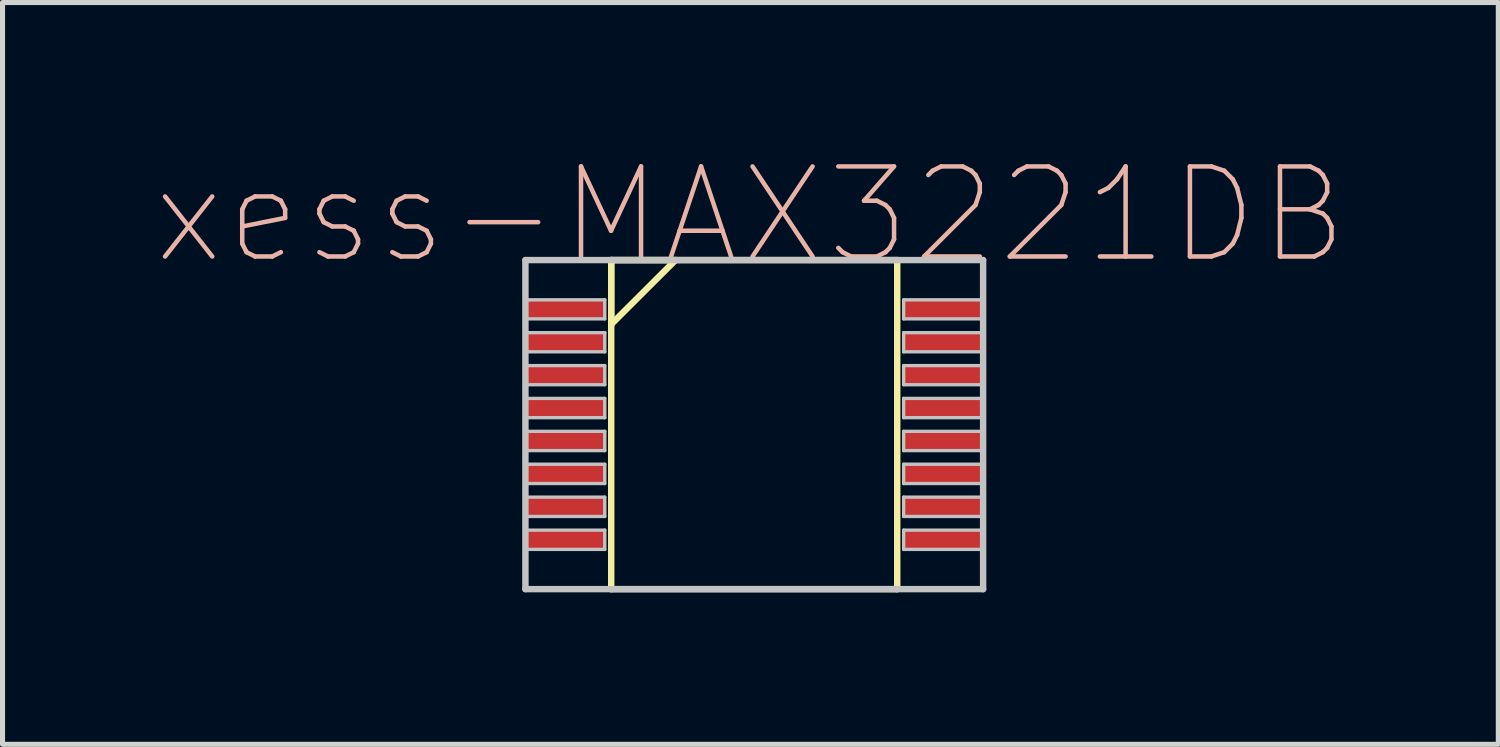
<source format=kicad_pcb>
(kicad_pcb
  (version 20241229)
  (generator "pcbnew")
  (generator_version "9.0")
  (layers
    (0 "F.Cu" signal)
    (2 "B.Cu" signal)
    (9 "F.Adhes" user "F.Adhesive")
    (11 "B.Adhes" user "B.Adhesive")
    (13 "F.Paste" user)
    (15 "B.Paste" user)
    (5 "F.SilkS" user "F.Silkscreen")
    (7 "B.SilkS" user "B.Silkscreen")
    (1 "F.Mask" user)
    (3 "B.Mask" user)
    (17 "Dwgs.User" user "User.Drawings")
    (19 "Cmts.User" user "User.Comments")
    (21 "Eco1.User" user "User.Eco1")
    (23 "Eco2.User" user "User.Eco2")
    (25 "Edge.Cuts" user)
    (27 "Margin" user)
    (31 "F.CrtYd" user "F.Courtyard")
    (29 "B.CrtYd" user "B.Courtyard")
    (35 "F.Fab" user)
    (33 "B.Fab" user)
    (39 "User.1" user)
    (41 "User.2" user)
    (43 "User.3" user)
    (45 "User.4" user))
  (footprint "xess-MAX3221DB"
    (layer "F.Cu")
    (at 8.218 3.058)
    (property "Reference" "xess-MAX3221DB" (at 3.548 -1.862 0) (layer "B.SilkS") (effects (font (size 1.778 1.778) (thickness 0.089))))
    (attr smd)
    (fp_line (start 0.8 -0.973) (end 0.8 0.295) (stroke (width 0.127) (type solid)) (layer "F.SilkS"))
    (fp_line (start 0.8 -0.973) (end 0.8 5.524) (stroke (width 0.127) (type solid)) (layer "F.SilkS"))
    (fp_line (start 0.8 0.295) (end 2.07 -0.973) (stroke (width 0.127) (type solid)) (layer "F.SilkS"))
    (fp_line (start 0.8 5.524) (end 6.447 5.524) (stroke (width 0.127) (type solid)) (layer "F.SilkS"))
    (fp_line (start 2.07 -0.973) (end 0.8 -0.973) (stroke (width 0.127) (type solid)) (layer "F.SilkS"))
    (fp_line (start 6.447 -0.973) (end 0.8 -0.973) (stroke (width 0.127) (type solid)) (layer "F.SilkS"))
    (fp_line (start 6.447 5.524) (end 6.447 -0.973) (stroke (width 0.127) (type solid)) (layer "F.SilkS"))
    (fp_line (start -0.894 -0.973) (end -0.894 5.524) (stroke (width 0.127) (type solid)) (layer "Dwgs.User"))
    (fp_line (start -0.894 -0.188) (end 0.673 -0.188) (stroke (width 0.066) (type solid)) (layer "Dwgs.User"))
    (fp_line (start -0.894 0.188) (end -0.894 -0.188) (stroke (width 0.066) (type solid)) (layer "Dwgs.User"))
    (fp_line (start -0.894 0.188) (end 0.673 0.188) (stroke (width 0.066) (type solid)) (layer "Dwgs.User"))
    (fp_line (start -0.894 0.46) (end 0.673 0.46) (stroke (width 0.066) (type solid)) (layer "Dwgs.User"))
    (fp_line (start -0.894 0.838) (end -0.894 0.46) (stroke (width 0.066) (type solid)) (layer "Dwgs.User"))
    (fp_line (start -0.894 0.838) (end 0.673 0.838) (stroke (width 0.066) (type solid)) (layer "Dwgs.User"))
    (fp_line (start -0.894 1.11) (end 0.673 1.11) (stroke (width 0.066) (type solid)) (layer "Dwgs.User"))
    (fp_line (start -0.894 1.488) (end -0.894 1.11) (stroke (width 0.066) (type solid)) (layer "Dwgs.User"))
    (fp_line (start -0.894 1.488) (end 0.673 1.488) (stroke (width 0.066) (type solid)) (layer "Dwgs.User"))
    (fp_line (start -0.894 1.758) (end 0.673 1.758) (stroke (width 0.066) (type solid)) (layer "Dwgs.User"))
    (fp_line (start -0.894 2.139) (end -0.894 1.758) (stroke (width 0.066) (type solid)) (layer "Dwgs.User"))
    (fp_line (start -0.894 2.139) (end 0.673 2.139) (stroke (width 0.066) (type solid)) (layer "Dwgs.User"))
    (fp_line (start -0.894 2.408) (end 0.673 2.408) (stroke (width 0.066) (type solid)) (layer "Dwgs.User"))
    (fp_line (start -0.894 2.789) (end -0.894 2.408) (stroke (width 0.066) (type solid)) (layer "Dwgs.User"))
    (fp_line (start -0.894 2.789) (end 0.673 2.789) (stroke (width 0.066) (type solid)) (layer "Dwgs.User"))
    (fp_line (start -0.894 3.058) (end 0.673 3.058) (stroke (width 0.066) (type solid)) (layer "Dwgs.User"))
    (fp_line (start -0.894 3.439) (end -0.894 3.058) (stroke (width 0.066) (type solid)) (layer "Dwgs.User"))
    (fp_line (start -0.894 3.439) (end 0.673 3.439) (stroke (width 0.066) (type solid)) (layer "Dwgs.User"))
    (fp_line (start -0.894 3.708) (end 0.673 3.708) (stroke (width 0.066) (type solid)) (layer "Dwgs.User"))
    (fp_line (start -0.894 4.089) (end -0.894 3.708) (stroke (width 0.066) (type solid)) (layer "Dwgs.User"))
    (fp_line (start -0.894 4.089) (end 0.673 4.089) (stroke (width 0.066) (type solid)) (layer "Dwgs.User"))
    (fp_line (start -0.894 4.359) (end 0.673 4.359) (stroke (width 0.066) (type solid)) (layer "Dwgs.User"))
    (fp_line (start -0.894 4.74) (end -0.894 4.359) (stroke (width 0.066) (type solid)) (layer "Dwgs.User"))
    (fp_line (start -0.894 4.74) (end 0.673 4.74) (stroke (width 0.066) (type solid)) (layer "Dwgs.User"))
    (fp_line (start -0.894 5.524) (end 8.143 5.524) (stroke (width 0.127) (type solid)) (layer "Dwgs.User"))
    (fp_line (start 0.673 0.188) (end 0.673 -0.188) (stroke (width 0.066) (type solid)) (layer "Dwgs.User"))
    (fp_line (start 0.673 0.838) (end 0.673 0.46) (stroke (width 0.066) (type solid)) (layer "Dwgs.User"))
    (fp_line (start 0.673 1.488) (end 0.673 1.11) (stroke (width 0.066) (type solid)) (layer "Dwgs.User"))
    (fp_line (start 0.673 2.139) (end 0.673 1.758) (stroke (width 0.066) (type solid)) (layer "Dwgs.User"))
    (fp_line (start 0.673 2.789) (end 0.673 2.408) (stroke (width 0.066) (type solid)) (layer "Dwgs.User"))
    (fp_line (start 0.673 3.439) (end 0.673 3.058) (stroke (width 0.066) (type solid)) (layer "Dwgs.User"))
    (fp_line (start 0.673 4.089) (end 0.673 3.708) (stroke (width 0.066) (type solid)) (layer "Dwgs.User"))
    (fp_line (start 0.673 4.74) (end 0.673 4.359) (stroke (width 0.066) (type solid)) (layer "Dwgs.User"))
    (fp_line (start 6.574 -0.188) (end 8.143 -0.188) (stroke (width 0.066) (type solid)) (layer "Dwgs.User"))
    (fp_line (start 6.574 0.188) (end 6.574 -0.188) (stroke (width 0.066) (type solid)) (layer "Dwgs.User"))
    (fp_line (start 6.574 0.188) (end 8.143 0.188) (stroke (width 0.066) (type solid)) (layer "Dwgs.User"))
    (fp_line (start 6.574 0.46) (end 8.143 0.46) (stroke (width 0.066) (type solid)) (layer "Dwgs.User"))
    (fp_line (start 6.574 0.838) (end 6.574 0.46) (stroke (width 0.066) (type solid)) (layer "Dwgs.User"))
    (fp_line (start 6.574 0.838) (end 8.143 0.838) (stroke (width 0.066) (type solid)) (layer "Dwgs.User"))
    (fp_line (start 6.574 1.11) (end 8.143 1.11) (stroke (width 0.066) (type solid)) (layer "Dwgs.User"))
    (fp_line (start 6.574 1.488) (end 6.574 1.11) (stroke (width 0.066) (type solid)) (layer "Dwgs.User"))
    (fp_line (start 6.574 1.488) (end 8.143 1.488) (stroke (width 0.066) (type solid)) (layer "Dwgs.User"))
    (fp_line (start 6.574 1.758) (end 8.143 1.758) (stroke (width 0.066) (type solid)) (layer "Dwgs.User"))
    (fp_line (start 6.574 2.139) (end 6.574 1.758) (stroke (width 0.066) (type solid)) (layer "Dwgs.User"))
    (fp_line (start 6.574 2.139) (end 8.143 2.139) (stroke (width 0.066) (type solid)) (layer "Dwgs.User"))
    (fp_line (start 6.574 2.408) (end 8.143 2.408) (stroke (width 0.066) (type solid)) (layer "Dwgs.User"))
    (fp_line (start 6.574 2.789) (end 6.574 2.408) (stroke (width 0.066) (type solid)) (layer "Dwgs.User"))
    (fp_line (start 6.574 2.789) (end 8.143 2.789) (stroke (width 0.066) (type solid)) (layer "Dwgs.User"))
    (fp_line (start 6.574 3.058) (end 8.143 3.058) (stroke (width 0.066) (type solid)) (layer "Dwgs.User"))
    (fp_line (start 6.574 3.439) (end 6.574 3.058) (stroke (width 0.066) (type solid)) (layer "Dwgs.User"))
    (fp_line (start 6.574 3.439) (end 8.143 3.439) (stroke (width 0.066) (type solid)) (layer "Dwgs.User"))
    (fp_line (start 6.574 3.708) (end 8.143 3.708) (stroke (width 0.066) (type solid)) (layer "Dwgs.User"))
    (fp_line (start 6.574 4.089) (end 6.574 3.708) (stroke (width 0.066) (type solid)) (layer "Dwgs.User"))
    (fp_line (start 6.574 4.089) (end 8.143 4.089) (stroke (width 0.066) (type solid)) (layer "Dwgs.User"))
    (fp_line (start 6.574 4.359) (end 8.143 4.359) (stroke (width 0.066) (type solid)) (layer "Dwgs.User"))
    (fp_line (start 6.574 4.74) (end 6.574 4.359) (stroke (width 0.066) (type solid)) (layer "Dwgs.User"))
    (fp_line (start 6.574 4.74) (end 8.143 4.74) (stroke (width 0.066) (type solid)) (layer "Dwgs.User"))
    (fp_line (start 8.143 -0.973) (end -0.894 -0.973) (stroke (width 0.127) (type solid)) (layer "Dwgs.User"))
    (fp_line (start 8.143 0.188) (end 8.143 -0.188) (stroke (width 0.066) (type solid)) (layer "Dwgs.User"))
    (fp_line (start 8.143 0.838) (end 8.143 0.46) (stroke (width 0.066) (type solid)) (layer "Dwgs.User"))
    (fp_line (start 8.143 1.488) (end 8.143 1.11) (stroke (width 0.066) (type solid)) (layer "Dwgs.User"))
    (fp_line (start 8.143 2.139) (end 8.143 1.758) (stroke (width 0.066) (type solid)) (layer "Dwgs.User"))
    (fp_line (start 8.143 2.789) (end 8.143 2.408) (stroke (width 0.066) (type solid)) (layer "Dwgs.User"))
    (fp_line (start 8.143 3.439) (end 8.143 3.058) (stroke (width 0.066) (type solid)) (layer "Dwgs.User"))
    (fp_line (start 8.143 4.089) (end 8.143 3.708) (stroke (width 0.066) (type solid)) (layer "Dwgs.User"))
    (fp_line (start 8.143 4.74) (end 8.143 4.359) (stroke (width 0.066) (type solid)) (layer "Dwgs.User"))
    (fp_line (start 8.143 5.524) (end 8.143 -0.973) (stroke (width 0.127) (type solid)) (layer "Dwgs.User"))
    (pad "1" smd rect (at -0.109 0) (size 1.57 0.378) (layers "F.Cu" "F.Mask" "F.Paste"))
    (pad "2" smd rect (at -0.109 0.648) (size 1.57 0.378) (layers "F.Cu" "F.Mask" "F.Paste"))
    (pad "3" smd rect (at -0.109 1.298) (size 1.57 0.378) (layers "F.Cu" "F.Mask" "F.Paste"))
    (pad "4" smd rect (at -0.109 1.948) (size 1.57 0.378) (layers "F.Cu" "F.Mask" "F.Paste"))
    (pad "5" smd rect (at -0.109 2.598) (size 1.57 0.378) (layers "F.Cu" "F.Mask" "F.Paste"))
    (pad "6" smd rect (at -0.109 3.249) (size 1.57 0.378) (layers "F.Cu" "F.Mask" "F.Paste"))
    (pad "7" smd rect (at -0.109 3.899) (size 1.57 0.378) (layers "F.Cu" "F.Mask" "F.Paste"))
    (pad "8" smd rect (at -0.109 4.549) (size 1.57 0.378) (layers "F.Cu" "F.Mask" "F.Paste"))
    (pad "9" smd rect (at 7.358 4.549) (size 1.57 0.378) (layers "F.Cu" "F.Mask" "F.Paste"))
    (pad "10" smd rect (at 7.358 3.899) (size 1.57 0.378) (layers "F.Cu" "F.Mask" "F.Paste"))
    (pad "11" smd rect (at 7.358 3.249) (size 1.57 0.378) (layers "F.Cu" "F.Mask" "F.Paste"))
    (pad "12" smd rect (at 7.358 2.598) (size 1.57 0.378) (layers "F.Cu" "F.Mask" "F.Paste"))
    (pad "13" smd rect (at 7.358 1.948) (size 1.57 0.378) (layers "F.Cu" "F.Mask" "F.Paste"))
    (pad "14" smd rect (at 7.358 1.298) (size 1.57 0.378) (layers "F.Cu" "F.Mask" "F.Paste"))
    (pad "15" smd rect (at 7.358 0.648) (size 1.57 0.378) (layers "F.Cu" "F.Mask" "F.Paste"))
    (pad "16" smd rect (at 7.358 0) (size 1.57 0.378) (layers "F.Cu" "F.Mask" "F.Paste")))
  (gr_rect
    (start -3 -3)
    (end 26.533 11.646)
    (stroke (width 0.1) (type default))
    (fill no)
    (layer "Edge.Cuts")))
</source>
